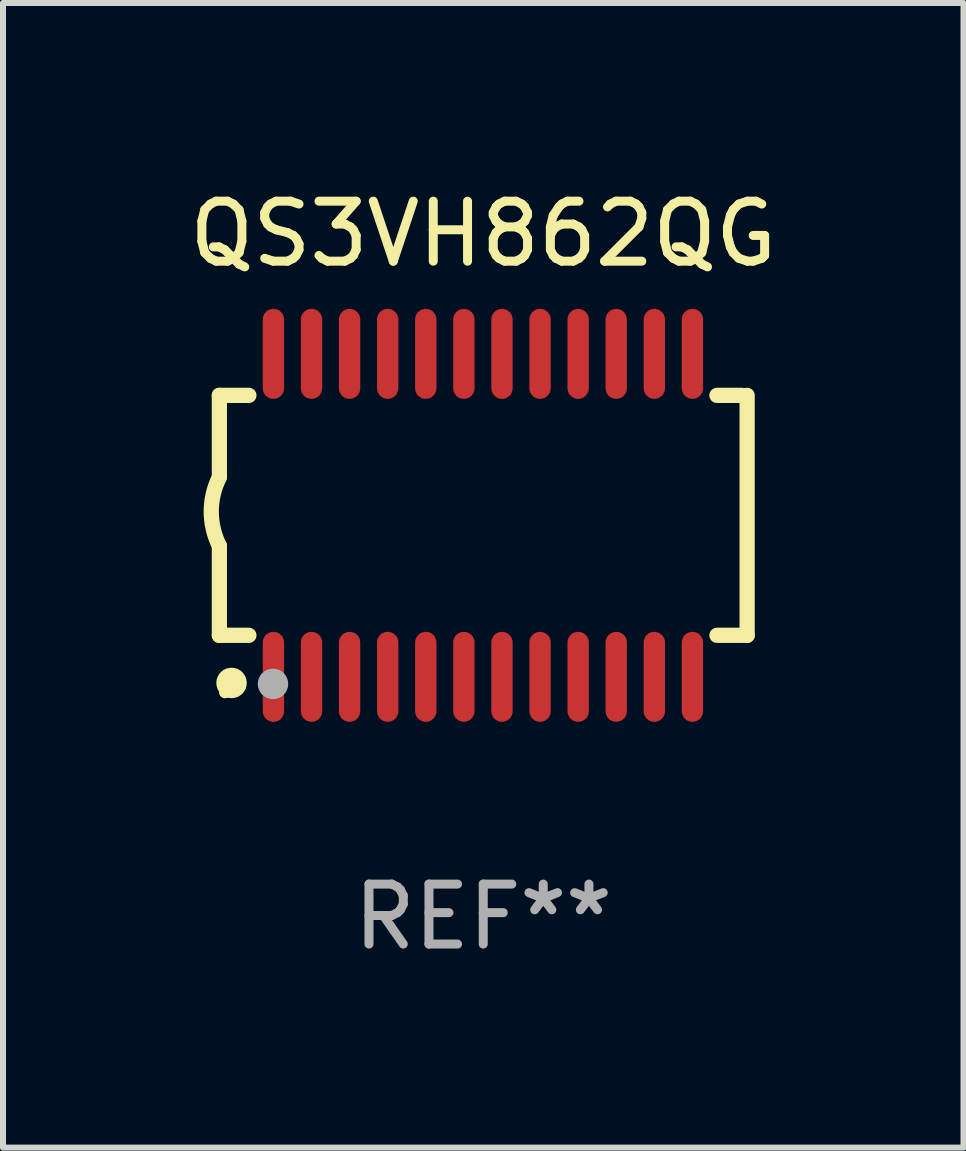
<source format=kicad_pcb>
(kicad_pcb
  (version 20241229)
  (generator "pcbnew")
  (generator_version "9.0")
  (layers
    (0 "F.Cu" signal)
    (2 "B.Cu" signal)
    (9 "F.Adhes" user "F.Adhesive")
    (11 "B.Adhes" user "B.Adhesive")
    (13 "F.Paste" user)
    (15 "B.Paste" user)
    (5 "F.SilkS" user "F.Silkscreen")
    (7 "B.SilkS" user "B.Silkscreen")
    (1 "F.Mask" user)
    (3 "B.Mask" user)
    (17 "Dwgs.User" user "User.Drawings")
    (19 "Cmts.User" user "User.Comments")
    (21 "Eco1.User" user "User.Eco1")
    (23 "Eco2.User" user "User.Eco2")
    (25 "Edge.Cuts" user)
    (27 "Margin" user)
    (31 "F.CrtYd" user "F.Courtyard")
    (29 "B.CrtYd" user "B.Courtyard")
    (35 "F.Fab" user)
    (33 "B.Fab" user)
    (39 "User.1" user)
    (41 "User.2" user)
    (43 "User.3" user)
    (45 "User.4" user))
  (footprint "QS3VH862QG"
    (layer "F.Cu")
    (at 5.006 5.541)
    (property "Reference" "QS3VH862QG" (at 0 -4.692 0) (layer "F.SilkS") (effects (font (size 1 1) (thickness 0.15))))
    (attr through_hole)
    (fp_line (start -4.399 -2) (end -4.399 -0.635) (stroke (width 0.254) (type solid)) (layer "F.SilkS"))
    (fp_line (start -4.399 -2) (end -3.907 -2) (stroke (width 0.254) (type solid)) (layer "F.SilkS"))
    (fp_line (start -4.399 2) (end -4.399 0.508) (stroke (width 0.254) (type solid)) (layer "F.SilkS"))
    (fp_line (start -4.399 2) (end -3.907 2) (stroke (width 0.254) (type solid)) (layer "F.SilkS"))
    (fp_line (start 3.896 -2) (end 4.313 -2) (stroke (width 0.254) (type solid)) (layer "F.SilkS"))
    (fp_line (start 3.896 2) (end 4.399 2) (stroke (width 0.254) (type solid)) (layer "F.SilkS"))
    (fp_line (start 4.399 2) (end 4.399 -2) (stroke (width 0.254) (type solid)) (layer "F.SilkS"))
    (fp_arc (start -4.399301 0.508001) (mid -4.534214 -0.0635) (end -4.399301 -0.635001) (stroke (width 0.254001) (type solid)) (layer "F.SilkS"))
    (fp_circle (center -4.305 2.95) (end -4.255 2.95) (stroke (width 0.1) (type solid)) (fill no) (layer "F.SilkS"))
    (fp_circle (center -4.196 2.794) (end -4.069 2.794) (stroke (width 0.254) (type solid)) (fill no) (layer "F.SilkS"))
    (fp_circle (center -3.505 2.81) (end -3.378 2.81) (stroke (width 0.254) (type solid)) (fill no) (layer "F.Fab"))
    (fp_text user "REF**" (at 0 6.692 0) (layer "F.Fab") (effects (font (size 1 1) (thickness 0.15))))
    (pad "1" smd oval (at -3.498 2.692 90) (size 1.5 0.356) (layers "F.Cu" "F.Mask" "F.Paste"))
    (pad "2" smd oval (at -2.863 2.692 90) (size 1.5 0.356) (layers "F.Cu" "F.Mask" "F.Paste"))
    (pad "3" smd oval (at -2.228 2.692 90) (size 1.5 0.356) (layers "F.Cu" "F.Mask" "F.Paste"))
    (pad "4" smd oval (at -1.593 2.692 90) (size 1.5 0.356) (layers "F.Cu" "F.Mask" "F.Paste"))
    (pad "5" smd oval (at -0.958 2.692 90) (size 1.5 0.356) (layers "F.Cu" "F.Mask" "F.Paste"))
    (pad "6" smd oval (at -0.323 2.692 90) (size 1.5 0.356) (layers "F.Cu" "F.Mask" "F.Paste"))
    (pad "7" smd oval (at 0.312 2.692 90) (size 1.5 0.356) (layers "F.Cu" "F.Mask" "F.Paste"))
    (pad "8" smd oval (at 0.947 2.692 90) (size 1.5 0.356) (layers "F.Cu" "F.Mask" "F.Paste"))
    (pad "9" smd oval (at 1.582 2.692 90) (size 1.5 0.356) (layers "F.Cu" "F.Mask" "F.Paste"))
    (pad "10" smd oval (at 2.217 2.692 90) (size 1.5 0.356) (layers "F.Cu" "F.Mask" "F.Paste"))
    (pad "11" smd oval (at 2.852 2.692 90) (size 1.5 0.356) (layers "F.Cu" "F.Mask" "F.Paste"))
    (pad "12" smd oval (at 3.487 2.692 90) (size 1.5 0.356) (layers "F.Cu" "F.Mask" "F.Paste"))
    (pad "13" smd oval (at 3.487 -2.692 90) (size 1.5 0.356) (layers "F.Cu" "F.Mask" "F.Paste"))
    (pad "14" smd oval (at 2.852 -2.692 90) (size 1.5 0.356) (layers "F.Cu" "F.Mask" "F.Paste"))
    (pad "15" smd oval (at 2.217 -2.692 90) (size 1.5 0.356) (layers "F.Cu" "F.Mask" "F.Paste"))
    (pad "16" smd oval (at 1.582 -2.692 90) (size 1.5 0.356) (layers "F.Cu" "F.Mask" "F.Paste"))
    (pad "17" smd oval (at 0.947 -2.692 90) (size 1.5 0.356) (layers "F.Cu" "F.Mask" "F.Paste"))
    (pad "18" smd oval (at 0.312 -2.692 90) (size 1.5 0.356) (layers "F.Cu" "F.Mask" "F.Paste"))
    (pad "19" smd oval (at -0.323 -2.692 90) (size 1.5 0.356) (layers "F.Cu" "F.Mask" "F.Paste"))
    (pad "20" smd oval (at -0.958 -2.692 90) (size 1.5 0.356) (layers "F.Cu" "F.Mask" "F.Paste"))
    (pad "21" smd oval (at -1.593 -2.692 90) (size 1.5 0.356) (layers "F.Cu" "F.Mask" "F.Paste"))
    (pad "22" smd oval (at -2.228 -2.692 90) (size 1.5 0.356) (layers "F.Cu" "F.Mask" "F.Paste"))
    (pad "23" smd oval (at -2.863 -2.692 90) (size 1.5 0.356) (layers "F.Cu" "F.Mask" "F.Paste"))
    (pad "24" smd oval (at -3.498 -2.692 90) (size 1.5 0.356) (layers "F.Cu" "F.Mask" "F.Paste")))
  (gr_rect
    (start -3 -3)
    (end 13.012 16.081)
    (stroke (width 0.1) (type default))
    (fill no)
    (layer "Edge.Cuts")))
</source>
